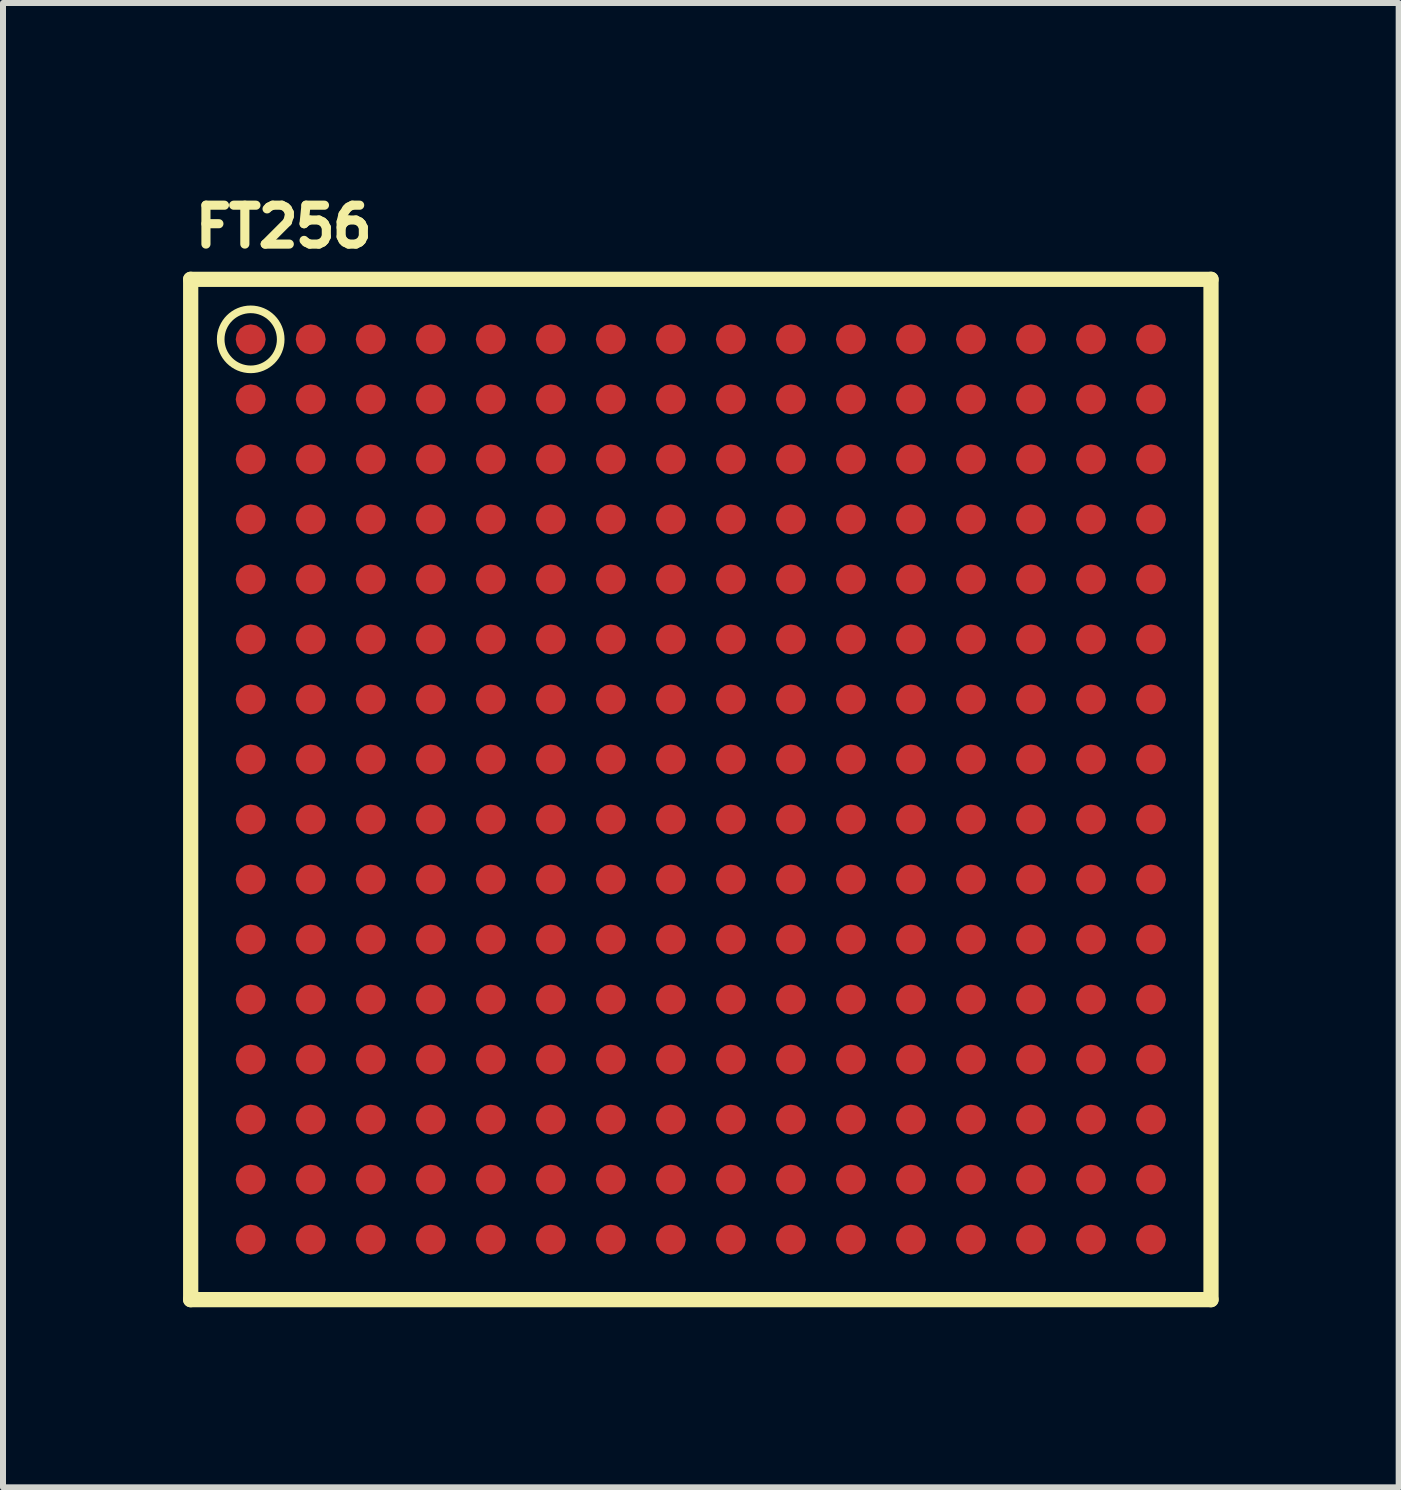
<source format=kicad_pcb>
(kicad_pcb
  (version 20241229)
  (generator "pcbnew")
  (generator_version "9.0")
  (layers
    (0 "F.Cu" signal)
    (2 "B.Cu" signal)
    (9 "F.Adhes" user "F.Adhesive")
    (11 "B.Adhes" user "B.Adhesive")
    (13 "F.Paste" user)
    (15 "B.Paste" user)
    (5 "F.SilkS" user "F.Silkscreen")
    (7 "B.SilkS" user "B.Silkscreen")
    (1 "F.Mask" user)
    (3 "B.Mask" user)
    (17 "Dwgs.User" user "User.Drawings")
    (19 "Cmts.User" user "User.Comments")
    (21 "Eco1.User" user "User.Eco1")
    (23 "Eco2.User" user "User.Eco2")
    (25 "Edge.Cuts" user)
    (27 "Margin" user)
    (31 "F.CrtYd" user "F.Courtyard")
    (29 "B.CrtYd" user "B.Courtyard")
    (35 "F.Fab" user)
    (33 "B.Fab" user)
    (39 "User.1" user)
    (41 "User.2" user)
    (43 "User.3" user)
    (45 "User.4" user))
  (footprint "FT256"
    (layer "F.Cu")
    (at 8.627 10.104)
    (property "Reference" "FT256" (at -8.5 -9 0) (unlocked yes) (layer "F.SilkS") (effects (font (size 0.648 0.648) (thickness 0.152)) (justify left bottom)))
    (fp_line (start -8.5 -8.5) (end -8.5 8.5) (stroke (width 0.254) (type solid)) (layer "F.SilkS"))
    (fp_line (start -8.5 8.5) (end 8.5 8.5) (stroke (width 0.254) (type solid)) (layer "F.SilkS"))
    (fp_line (start 8.5 -8.5) (end -8.5 -8.5) (stroke (width 0.254) (type solid)) (layer "F.SilkS"))
    (fp_line (start 8.5 8.5) (end 8.5 -8.5) (stroke (width 0.254) (type solid)) (layer "F.SilkS"))
    (fp_circle (center -7.5 -7.5) (end -7 -7.5) (stroke (width 0.127) (type solid)) (fill no) (layer "F.SilkS"))
    (pad "A1" smd roundrect (at -7.5 -7.5) (size 0.5 0.5) (layers "F.Cu" "F.Mask" "F.Paste") (roundrect_rratio 0.5))
    (pad "A2" smd roundrect (at -6.5 -7.5) (size 0.5 0.5) (layers "F.Cu" "F.Mask" "F.Paste") (roundrect_rratio 0.5))
    (pad "A3" smd roundrect (at -5.5 -7.5) (size 0.5 0.5) (layers "F.Cu" "F.Mask" "F.Paste") (roundrect_rratio 0.5))
    (pad "A4" smd roundrect (at -4.5 -7.5) (size 0.5 0.5) (layers "F.Cu" "F.Mask" "F.Paste") (roundrect_rratio 0.5))
    (pad "A5" smd roundrect (at -3.5 -7.5) (size 0.5 0.5) (layers "F.Cu" "F.Mask" "F.Paste") (roundrect_rratio 0.5))
    (pad "A6" smd roundrect (at -2.5 -7.5) (size 0.5 0.5) (layers "F.Cu" "F.Mask" "F.Paste") (roundrect_rratio 0.5))
    (pad "A7" smd roundrect (at -1.5 -7.5) (size 0.5 0.5) (layers "F.Cu" "F.Mask" "F.Paste") (roundrect_rratio 0.5))
    (pad "A8" smd roundrect (at -0.5 -7.5) (size 0.5 0.5) (layers "F.Cu" "F.Mask" "F.Paste") (roundrect_rratio 0.5))
    (pad "A9" smd roundrect (at 0.5 -7.5) (size 0.5 0.5) (layers "F.Cu" "F.Mask" "F.Paste") (roundrect_rratio 0.5))
    (pad "A10" smd roundrect (at 1.5 -7.5) (size 0.5 0.5) (layers "F.Cu" "F.Mask" "F.Paste") (roundrect_rratio 0.5))
    (pad "A11" smd roundrect (at 2.5 -7.5) (size 0.5 0.5) (layers "F.Cu" "F.Mask" "F.Paste") (roundrect_rratio 0.5))
    (pad "A12" smd roundrect (at 3.5 -7.5) (size 0.5 0.5) (layers "F.Cu" "F.Mask" "F.Paste") (roundrect_rratio 0.5))
    (pad "A13" smd roundrect (at 4.5 -7.5) (size 0.5 0.5) (layers "F.Cu" "F.Mask" "F.Paste") (roundrect_rratio 0.5))
    (pad "A14" smd roundrect (at 5.5 -7.5) (size 0.5 0.5) (layers "F.Cu" "F.Mask" "F.Paste") (roundrect_rratio 0.5))
    (pad "A15" smd roundrect (at 6.5 -7.5) (size 0.5 0.5) (layers "F.Cu" "F.Mask" "F.Paste") (roundrect_rratio 0.5))
    (pad "A16" smd roundrect (at 7.5 -7.5) (size 0.5 0.5) (layers "F.Cu" "F.Mask" "F.Paste") (roundrect_rratio 0.5))
    (pad "B1" smd roundrect (at -7.5 -6.5) (size 0.5 0.5) (layers "F.Cu" "F.Mask" "F.Paste") (roundrect_rratio 0.5))
    (pad "B2" smd roundrect (at -6.5 -6.5) (size 0.5 0.5) (layers "F.Cu" "F.Mask" "F.Paste") (roundrect_rratio 0.5))
    (pad "B3" smd roundrect (at -5.5 -6.5) (size 0.5 0.5) (layers "F.Cu" "F.Mask" "F.Paste") (roundrect_rratio 0.5))
    (pad "B4" smd roundrect (at -4.5 -6.5) (size 0.5 0.5) (layers "F.Cu" "F.Mask" "F.Paste") (roundrect_rratio 0.5))
    (pad "B5" smd roundrect (at -3.5 -6.5) (size 0.5 0.5) (layers "F.Cu" "F.Mask" "F.Paste") (roundrect_rratio 0.5))
    (pad "B6" smd roundrect (at -2.5 -6.5) (size 0.5 0.5) (layers "F.Cu" "F.Mask" "F.Paste") (roundrect_rratio 0.5))
    (pad "B7" smd roundrect (at -1.5 -6.5) (size 0.5 0.5) (layers "F.Cu" "F.Mask" "F.Paste") (roundrect_rratio 0.5))
    (pad "B8" smd roundrect (at -0.5 -6.5) (size 0.5 0.5) (layers "F.Cu" "F.Mask" "F.Paste") (roundrect_rratio 0.5))
    (pad "B9" smd roundrect (at 0.5 -6.5) (size 0.5 0.5) (layers "F.Cu" "F.Mask" "F.Paste") (roundrect_rratio 0.5))
    (pad "B10" smd roundrect (at 1.5 -6.5) (size 0.5 0.5) (layers "F.Cu" "F.Mask" "F.Paste") (roundrect_rratio 0.5))
    (pad "B11" smd roundrect (at 2.5 -6.5) (size 0.5 0.5) (layers "F.Cu" "F.Mask" "F.Paste") (roundrect_rratio 0.5))
    (pad "B12" smd roundrect (at 3.5 -6.5) (size 0.5 0.5) (layers "F.Cu" "F.Mask" "F.Paste") (roundrect_rratio 0.5))
    (pad "B13" smd roundrect (at 4.5 -6.5) (size 0.5 0.5) (layers "F.Cu" "F.Mask" "F.Paste") (roundrect_rratio 0.5))
    (pad "B14" smd roundrect (at 5.5 -6.5) (size 0.5 0.5) (layers "F.Cu" "F.Mask" "F.Paste") (roundrect_rratio 0.5))
    (pad "B15" smd roundrect (at 6.5 -6.5) (size 0.5 0.5) (layers "F.Cu" "F.Mask" "F.Paste") (roundrect_rratio 0.5))
    (pad "B16" smd roundrect (at 7.5 -6.5) (size 0.5 0.5) (layers "F.Cu" "F.Mask" "F.Paste") (roundrect_rratio 0.5))
    (pad "C1" smd roundrect (at -7.5 -5.5) (size 0.5 0.5) (layers "F.Cu" "F.Mask" "F.Paste") (roundrect_rratio 0.5))
    (pad "C2" smd roundrect (at -6.5 -5.5) (size 0.5 0.5) (layers "F.Cu" "F.Mask" "F.Paste") (roundrect_rratio 0.5))
    (pad "C3" smd roundrect (at -5.5 -5.5) (size 0.5 0.5) (layers "F.Cu" "F.Mask" "F.Paste") (roundrect_rratio 0.5))
    (pad "C4" smd roundrect (at -4.5 -5.5) (size 0.5 0.5) (layers "F.Cu" "F.Mask" "F.Paste") (roundrect_rratio 0.5))
    (pad "C5" smd roundrect (at -3.5 -5.5) (size 0.5 0.5) (layers "F.Cu" "F.Mask" "F.Paste") (roundrect_rratio 0.5))
    (pad "C6" smd roundrect (at -2.5 -5.5) (size 0.5 0.5) (layers "F.Cu" "F.Mask" "F.Paste") (roundrect_rratio 0.5))
    (pad "C7" smd roundrect (at -1.5 -5.5) (size 0.5 0.5) (layers "F.Cu" "F.Mask" "F.Paste") (roundrect_rratio 0.5))
    (pad "C8" smd roundrect (at -0.5 -5.5) (size 0.5 0.5) (layers "F.Cu" "F.Mask" "F.Paste") (roundrect_rratio 0.5))
    (pad "C9" smd roundrect (at 0.5 -5.5) (size 0.5 0.5) (layers "F.Cu" "F.Mask" "F.Paste") (roundrect_rratio 0.5))
    (pad "C10" smd roundrect (at 1.5 -5.5) (size 0.5 0.5) (layers "F.Cu" "F.Mask" "F.Paste") (roundrect_rratio 0.5))
    (pad "C11" smd roundrect (at 2.5 -5.5) (size 0.5 0.5) (layers "F.Cu" "F.Mask" "F.Paste") (roundrect_rratio 0.5))
    (pad "C12" smd roundrect (at 3.5 -5.5) (size 0.5 0.5) (layers "F.Cu" "F.Mask" "F.Paste") (roundrect_rratio 0.5))
    (pad "C13" smd roundrect (at 4.5 -5.5) (size 0.5 0.5) (layers "F.Cu" "F.Mask" "F.Paste") (roundrect_rratio 0.5))
    (pad "C14" smd roundrect (at 5.5 -5.5) (size 0.5 0.5) (layers "F.Cu" "F.Mask" "F.Paste") (roundrect_rratio 0.5))
    (pad "C15" smd roundrect (at 6.5 -5.5) (size 0.5 0.5) (layers "F.Cu" "F.Mask" "F.Paste") (roundrect_rratio 0.5))
    (pad "C16" smd roundrect (at 7.5 -5.5) (size 0.5 0.5) (layers "F.Cu" "F.Mask" "F.Paste") (roundrect_rratio 0.5))
    (pad "D1" smd roundrect (at -7.5 -4.5) (size 0.5 0.5) (layers "F.Cu" "F.Mask" "F.Paste") (roundrect_rratio 0.5))
    (pad "D2" smd roundrect (at -6.5 -4.5) (size 0.5 0.5) (layers "F.Cu" "F.Mask" "F.Paste") (roundrect_rratio 0.5))
    (pad "D3" smd roundrect (at -5.5 -4.5) (size 0.5 0.5) (layers "F.Cu" "F.Mask" "F.Paste") (roundrect_rratio 0.5))
    (pad "D4" smd roundrect (at -4.5 -4.5) (size 0.5 0.5) (layers "F.Cu" "F.Mask" "F.Paste") (roundrect_rratio 0.5))
    (pad "D5" smd roundrect (at -3.5 -4.5) (size 0.5 0.5) (layers "F.Cu" "F.Mask" "F.Paste") (roundrect_rratio 0.5))
    (pad "D6" smd roundrect (at -2.5 -4.5) (size 0.5 0.5) (layers "F.Cu" "F.Mask" "F.Paste") (roundrect_rratio 0.5))
    (pad "D7" smd roundrect (at -1.5 -4.5) (size 0.5 0.5) (layers "F.Cu" "F.Mask" "F.Paste") (roundrect_rratio 0.5))
    (pad "D8" smd roundrect (at -0.5 -4.5) (size 0.5 0.5) (layers "F.Cu" "F.Mask" "F.Paste") (roundrect_rratio 0.5))
    (pad "D9" smd roundrect (at 0.5 -4.5) (size 0.5 0.5) (layers "F.Cu" "F.Mask" "F.Paste") (roundrect_rratio 0.5))
    (pad "D10" smd roundrect (at 1.5 -4.5) (size 0.5 0.5) (layers "F.Cu" "F.Mask" "F.Paste") (roundrect_rratio 0.5))
    (pad "D11" smd roundrect (at 2.5 -4.5) (size 0.5 0.5) (layers "F.Cu" "F.Mask" "F.Paste") (roundrect_rratio 0.5))
    (pad "D12" smd roundrect (at 3.5 -4.5) (size 0.5 0.5) (layers "F.Cu" "F.Mask" "F.Paste") (roundrect_rratio 0.5))
    (pad "D13" smd roundrect (at 4.5 -4.5) (size 0.5 0.5) (layers "F.Cu" "F.Mask" "F.Paste") (roundrect_rratio 0.5))
    (pad "D14" smd roundrect (at 5.5 -4.5) (size 0.5 0.5) (layers "F.Cu" "F.Mask" "F.Paste") (roundrect_rratio 0.5))
    (pad "D15" smd roundrect (at 6.5 -4.5) (size 0.5 0.5) (layers "F.Cu" "F.Mask" "F.Paste") (roundrect_rratio 0.5))
    (pad "D16" smd roundrect (at 7.5 -4.5) (size 0.5 0.5) (layers "F.Cu" "F.Mask" "F.Paste") (roundrect_rratio 0.5))
    (pad "E1" smd roundrect (at -7.5 -3.5) (size 0.5 0.5) (layers "F.Cu" "F.Mask" "F.Paste") (roundrect_rratio 0.5))
    (pad "E2" smd roundrect (at -6.5 -3.5) (size 0.5 0.5) (layers "F.Cu" "F.Mask" "F.Paste") (roundrect_rratio 0.5))
    (pad "E3" smd roundrect (at -5.5 -3.5) (size 0.5 0.5) (layers "F.Cu" "F.Mask" "F.Paste") (roundrect_rratio 0.5))
    (pad "E4" smd roundrect (at -4.5 -3.5) (size 0.5 0.5) (layers "F.Cu" "F.Mask" "F.Paste") (roundrect_rratio 0.5))
    (pad "E5" smd roundrect (at -3.5 -3.5) (size 0.5 0.5) (layers "F.Cu" "F.Mask" "F.Paste") (roundrect_rratio 0.5))
    (pad "E6" smd roundrect (at -2.5 -3.5) (size 0.5 0.5) (layers "F.Cu" "F.Mask" "F.Paste") (roundrect_rratio 0.5))
    (pad "E7" smd roundrect (at -1.5 -3.5) (size 0.5 0.5) (layers "F.Cu" "F.Mask" "F.Paste") (roundrect_rratio 0.5))
    (pad "E8" smd roundrect (at -0.5 -3.5) (size 0.5 0.5) (layers "F.Cu" "F.Mask" "F.Paste") (roundrect_rratio 0.5))
    (pad "E9" smd roundrect (at 0.5 -3.5) (size 0.5 0.5) (layers "F.Cu" "F.Mask" "F.Paste") (roundrect_rratio 0.5))
    (pad "E10" smd roundrect (at 1.5 -3.5) (size 0.5 0.5) (layers "F.Cu" "F.Mask" "F.Paste") (roundrect_rratio 0.5))
    (pad "E11" smd roundrect (at 2.5 -3.5) (size 0.5 0.5) (layers "F.Cu" "F.Mask" "F.Paste") (roundrect_rratio 0.5))
    (pad "E12" smd roundrect (at 3.5 -3.5) (size 0.5 0.5) (layers "F.Cu" "F.Mask" "F.Paste") (roundrect_rratio 0.5))
    (pad "E13" smd roundrect (at 4.5 -3.5) (size 0.5 0.5) (layers "F.Cu" "F.Mask" "F.Paste") (roundrect_rratio 0.5))
    (pad "E14" smd roundrect (at 5.5 -3.5) (size 0.5 0.5) (layers "F.Cu" "F.Mask" "F.Paste") (roundrect_rratio 0.5))
    (pad "E15" smd roundrect (at 6.5 -3.5) (size 0.5 0.5) (layers "F.Cu" "F.Mask" "F.Paste") (roundrect_rratio 0.5))
    (pad "E16" smd roundrect (at 7.5 -3.5) (size 0.5 0.5) (layers "F.Cu" "F.Mask" "F.Paste") (roundrect_rratio 0.5))
    (pad "F1" smd roundrect (at -7.5 -2.5) (size 0.5 0.5) (layers "F.Cu" "F.Mask" "F.Paste") (roundrect_rratio 0.5))
    (pad "F2" smd roundrect (at -6.5 -2.5) (size 0.5 0.5) (layers "F.Cu" "F.Mask" "F.Paste") (roundrect_rratio 0.5))
    (pad "F3" smd roundrect (at -5.5 -2.5) (size 0.5 0.5) (layers "F.Cu" "F.Mask" "F.Paste") (roundrect_rratio 0.5))
    (pad "F4" smd roundrect (at -4.5 -2.5) (size 0.5 0.5) (layers "F.Cu" "F.Mask" "F.Paste") (roundrect_rratio 0.5))
    (pad "F5" smd roundrect (at -3.5 -2.5) (size 0.5 0.5) (layers "F.Cu" "F.Mask" "F.Paste") (roundrect_rratio 0.5))
    (pad "F6" smd roundrect (at -2.5 -2.5) (size 0.5 0.5) (layers "F.Cu" "F.Mask" "F.Paste") (roundrect_rratio 0.5))
    (pad "F7" smd roundrect (at -1.5 -2.5) (size 0.5 0.5) (layers "F.Cu" "F.Mask" "F.Paste") (roundrect_rratio 0.5))
    (pad "F8" smd roundrect (at -0.5 -2.5) (size 0.5 0.5) (layers "F.Cu" "F.Mask" "F.Paste") (roundrect_rratio 0.5))
    (pad "F9" smd roundrect (at 0.5 -2.5) (size 0.5 0.5) (layers "F.Cu" "F.Mask" "F.Paste") (roundrect_rratio 0.5))
    (pad "F10" smd roundrect (at 1.5 -2.5) (size 0.5 0.5) (layers "F.Cu" "F.Mask" "F.Paste") (roundrect_rratio 0.5))
    (pad "F11" smd roundrect (at 2.5 -2.5) (size 0.5 0.5) (layers "F.Cu" "F.Mask" "F.Paste") (roundrect_rratio 0.5))
    (pad "F12" smd roundrect (at 3.5 -2.5) (size 0.5 0.5) (layers "F.Cu" "F.Mask" "F.Paste") (roundrect_rratio 0.5))
    (pad "F13" smd roundrect (at 4.5 -2.5) (size 0.5 0.5) (layers "F.Cu" "F.Mask" "F.Paste") (roundrect_rratio 0.5))
    (pad "F14" smd roundrect (at 5.5 -2.5) (size 0.5 0.5) (layers "F.Cu" "F.Mask" "F.Paste") (roundrect_rratio 0.5))
    (pad "F15" smd roundrect (at 6.5 -2.5) (size 0.5 0.5) (layers "F.Cu" "F.Mask" "F.Paste") (roundrect_rratio 0.5))
    (pad "F16" smd roundrect (at 7.5 -2.5) (size 0.5 0.5) (layers "F.Cu" "F.Mask" "F.Paste") (roundrect_rratio 0.5))
    (pad "G1" smd roundrect (at -7.5 -1.5) (size 0.5 0.5) (layers "F.Cu" "F.Mask" "F.Paste") (roundrect_rratio 0.5))
    (pad "G2" smd roundrect (at -6.5 -1.5) (size 0.5 0.5) (layers "F.Cu" "F.Mask" "F.Paste") (roundrect_rratio 0.5))
    (pad "G3" smd roundrect (at -5.5 -1.5) (size 0.5 0.5) (layers "F.Cu" "F.Mask" "F.Paste") (roundrect_rratio 0.5))
    (pad "G4" smd roundrect (at -4.5 -1.5) (size 0.5 0.5) (layers "F.Cu" "F.Mask" "F.Paste") (roundrect_rratio 0.5))
    (pad "G5" smd roundrect (at -3.5 -1.5) (size 0.5 0.5) (layers "F.Cu" "F.Mask" "F.Paste") (roundrect_rratio 0.5))
    (pad "G6" smd roundrect (at -2.5 -1.5) (size 0.5 0.5) (layers "F.Cu" "F.Mask" "F.Paste") (roundrect_rratio 0.5))
    (pad "G7" smd roundrect (at -1.5 -1.5) (size 0.5 0.5) (layers "F.Cu" "F.Mask" "F.Paste") (roundrect_rratio 0.5))
    (pad "G8" smd roundrect (at -0.5 -1.5) (size 0.5 0.5) (layers "F.Cu" "F.Mask" "F.Paste") (roundrect_rratio 0.5))
    (pad "G9" smd roundrect (at 0.5 -1.5) (size 0.5 0.5) (layers "F.Cu" "F.Mask" "F.Paste") (roundrect_rratio 0.5))
    (pad "G10" smd roundrect (at 1.5 -1.5) (size 0.5 0.5) (layers "F.Cu" "F.Mask" "F.Paste") (roundrect_rratio 0.5))
    (pad "G11" smd roundrect (at 2.5 -1.5) (size 0.5 0.5) (layers "F.Cu" "F.Mask" "F.Paste") (roundrect_rratio 0.5))
    (pad "G12" smd roundrect (at 3.5 -1.5) (size 0.5 0.5) (layers "F.Cu" "F.Mask" "F.Paste") (roundrect_rratio 0.5))
    (pad "G13" smd roundrect (at 4.5 -1.5) (size 0.5 0.5) (layers "F.Cu" "F.Mask" "F.Paste") (roundrect_rratio 0.5))
    (pad "G14" smd roundrect (at 5.5 -1.5) (size 0.5 0.5) (layers "F.Cu" "F.Mask" "F.Paste") (roundrect_rratio 0.5))
    (pad "G15" smd roundrect (at 6.5 -1.5) (size 0.5 0.5) (layers "F.Cu" "F.Mask" "F.Paste") (roundrect_rratio 0.5))
    (pad "G16" smd roundrect (at 7.5 -1.5) (size 0.5 0.5) (layers "F.Cu" "F.Mask" "F.Paste") (roundrect_rratio 0.5))
    (pad "H1" smd roundrect (at -7.5 -0.5) (size 0.5 0.5) (layers "F.Cu" "F.Mask" "F.Paste") (roundrect_rratio 0.5))
    (pad "H2" smd roundrect (at -6.5 -0.5) (size 0.5 0.5) (layers "F.Cu" "F.Mask" "F.Paste") (roundrect_rratio 0.5))
    (pad "H3" smd roundrect (at -5.5 -0.5) (size 0.5 0.5) (layers "F.Cu" "F.Mask" "F.Paste") (roundrect_rratio 0.5))
    (pad "H4" smd roundrect (at -4.5 -0.5) (size 0.5 0.5) (layers "F.Cu" "F.Mask" "F.Paste") (roundrect_rratio 0.5))
    (pad "H5" smd roundrect (at -3.5 -0.5) (size 0.5 0.5) (layers "F.Cu" "F.Mask" "F.Paste") (roundrect_rratio 0.5))
    (pad "H6" smd roundrect (at -2.5 -0.5) (size 0.5 0.5) (layers "F.Cu" "F.Mask" "F.Paste") (roundrect_rratio 0.5))
    (pad "H7" smd roundrect (at -1.5 -0.5) (size 0.5 0.5) (layers "F.Cu" "F.Mask" "F.Paste") (roundrect_rratio 0.5))
    (pad "H8" smd roundrect (at -0.5 -0.5) (size 0.5 0.5) (layers "F.Cu" "F.Mask" "F.Paste") (roundrect_rratio 0.5))
    (pad "H9" smd roundrect (at 0.5 -0.5) (size 0.5 0.5) (layers "F.Cu" "F.Mask" "F.Paste") (roundrect_rratio 0.5))
    (pad "H10" smd roundrect (at 1.5 -0.5) (size 0.5 0.5) (layers "F.Cu" "F.Mask" "F.Paste") (roundrect_rratio 0.5))
    (pad "H11" smd roundrect (at 2.5 -0.5) (size 0.5 0.5) (layers "F.Cu" "F.Mask" "F.Paste") (roundrect_rratio 0.5))
    (pad "H12" smd roundrect (at 3.5 -0.5) (size 0.5 0.5) (layers "F.Cu" "F.Mask" "F.Paste") (roundrect_rratio 0.5))
    (pad "H13" smd roundrect (at 4.5 -0.5) (size 0.5 0.5) (layers "F.Cu" "F.Mask" "F.Paste") (roundrect_rratio 0.5))
    (pad "H14" smd roundrect (at 5.5 -0.5) (size 0.5 0.5) (layers "F.Cu" "F.Mask" "F.Paste") (roundrect_rratio 0.5))
    (pad "H15" smd roundrect (at 6.5 -0.5) (size 0.5 0.5) (layers "F.Cu" "F.Mask" "F.Paste") (roundrect_rratio 0.5))
    (pad "H16" smd roundrect (at 7.5 -0.5) (size 0.5 0.5) (layers "F.Cu" "F.Mask" "F.Paste") (roundrect_rratio 0.5))
    (pad "J1" smd roundrect (at -7.5 0.5) (size 0.5 0.5) (layers "F.Cu" "F.Mask" "F.Paste") (roundrect_rratio 0.5))
    (pad "J2" smd roundrect (at -6.5 0.5) (size 0.5 0.5) (layers "F.Cu" "F.Mask" "F.Paste") (roundrect_rratio 0.5))
    (pad "J3" smd roundrect (at -5.5 0.5) (size 0.5 0.5) (layers "F.Cu" "F.Mask" "F.Paste") (roundrect_rratio 0.5))
    (pad "J4" smd roundrect (at -4.5 0.5) (size 0.5 0.5) (layers "F.Cu" "F.Mask" "F.Paste") (roundrect_rratio 0.5))
    (pad "J5" smd roundrect (at -3.5 0.5) (size 0.5 0.5) (layers "F.Cu" "F.Mask" "F.Paste") (roundrect_rratio 0.5))
    (pad "J6" smd roundrect (at -2.5 0.5) (size 0.5 0.5) (layers "F.Cu" "F.Mask" "F.Paste") (roundrect_rratio 0.5))
    (pad "J7" smd roundrect (at -1.5 0.5) (size 0.5 0.5) (layers "F.Cu" "F.Mask" "F.Paste") (roundrect_rratio 0.5))
    (pad "J8" smd roundrect (at -0.5 0.5) (size 0.5 0.5) (layers "F.Cu" "F.Mask" "F.Paste") (roundrect_rratio 0.5))
    (pad "J9" smd roundrect (at 0.5 0.5) (size 0.5 0.5) (layers "F.Cu" "F.Mask" "F.Paste") (roundrect_rratio 0.5))
    (pad "J10" smd roundrect (at 1.5 0.5) (size 0.5 0.5) (layers "F.Cu" "F.Mask" "F.Paste") (roundrect_rratio 0.5))
    (pad "J11" smd roundrect (at 2.5 0.5) (size 0.5 0.5) (layers "F.Cu" "F.Mask" "F.Paste") (roundrect_rratio 0.5))
    (pad "J12" smd roundrect (at 3.5 0.5) (size 0.5 0.5) (layers "F.Cu" "F.Mask" "F.Paste") (roundrect_rratio 0.5))
    (pad "J13" smd roundrect (at 4.5 0.5) (size 0.5 0.5) (layers "F.Cu" "F.Mask" "F.Paste") (roundrect_rratio 0.5))
    (pad "J14" smd roundrect (at 5.5 0.5) (size 0.5 0.5) (layers "F.Cu" "F.Mask" "F.Paste") (roundrect_rratio 0.5))
    (pad "J15" smd roundrect (at 6.5 0.5) (size 0.5 0.5) (layers "F.Cu" "F.Mask" "F.Paste") (roundrect_rratio 0.5))
    (pad "J16" smd roundrect (at 7.5 0.5) (size 0.5 0.5) (layers "F.Cu" "F.Mask" "F.Paste") (roundrect_rratio 0.5))
    (pad "K1" smd roundrect (at -7.5 1.5) (size 0.5 0.5) (layers "F.Cu" "F.Mask" "F.Paste") (roundrect_rratio 0.5))
    (pad "K2" smd roundrect (at -6.5 1.5) (size 0.5 0.5) (layers "F.Cu" "F.Mask" "F.Paste") (roundrect_rratio 0.5))
    (pad "K3" smd roundrect (at -5.5 1.5) (size 0.5 0.5) (layers "F.Cu" "F.Mask" "F.Paste") (roundrect_rratio 0.5))
    (pad "K4" smd roundrect (at -4.5 1.5) (size 0.5 0.5) (layers "F.Cu" "F.Mask" "F.Paste") (roundrect_rratio 0.5))
    (pad "K5" smd roundrect (at -3.5 1.5) (size 0.5 0.5) (layers "F.Cu" "F.Mask" "F.Paste") (roundrect_rratio 0.5))
    (pad "K6" smd roundrect (at -2.5 1.5) (size 0.5 0.5) (layers "F.Cu" "F.Mask" "F.Paste") (roundrect_rratio 0.5))
    (pad "K7" smd roundrect (at -1.5 1.5) (size 0.5 0.5) (layers "F.Cu" "F.Mask" "F.Paste") (roundrect_rratio 0.5))
    (pad "K8" smd roundrect (at -0.5 1.5) (size 0.5 0.5) (layers "F.Cu" "F.Mask" "F.Paste") (roundrect_rratio 0.5))
    (pad "K9" smd roundrect (at 0.5 1.5) (size 0.5 0.5) (layers "F.Cu" "F.Mask" "F.Paste") (roundrect_rratio 0.5))
    (pad "K10" smd roundrect (at 1.5 1.5) (size 0.5 0.5) (layers "F.Cu" "F.Mask" "F.Paste") (roundrect_rratio 0.5))
    (pad "K11" smd roundrect (at 2.5 1.5) (size 0.5 0.5) (layers "F.Cu" "F.Mask" "F.Paste") (roundrect_rratio 0.5))
    (pad "K12" smd roundrect (at 3.5 1.5) (size 0.5 0.5) (layers "F.Cu" "F.Mask" "F.Paste") (roundrect_rratio 0.5))
    (pad "K13" smd roundrect (at 4.5 1.5) (size 0.5 0.5) (layers "F.Cu" "F.Mask" "F.Paste") (roundrect_rratio 0.5))
    (pad "K14" smd roundrect (at 5.5 1.5) (size 0.5 0.5) (layers "F.Cu" "F.Mask" "F.Paste") (roundrect_rratio 0.5))
    (pad "K15" smd roundrect (at 6.5 1.5) (size 0.5 0.5) (layers "F.Cu" "F.Mask" "F.Paste") (roundrect_rratio 0.5))
    (pad "K16" smd roundrect (at 7.5 1.5) (size 0.5 0.5) (layers "F.Cu" "F.Mask" "F.Paste") (roundrect_rratio 0.5))
    (pad "L1" smd roundrect (at -7.5 2.5) (size 0.5 0.5) (layers "F.Cu" "F.Mask" "F.Paste") (roundrect_rratio 0.5))
    (pad "L2" smd roundrect (at -6.5 2.5) (size 0.5 0.5) (layers "F.Cu" "F.Mask" "F.Paste") (roundrect_rratio 0.5))
    (pad "L3" smd roundrect (at -5.5 2.5) (size 0.5 0.5) (layers "F.Cu" "F.Mask" "F.Paste") (roundrect_rratio 0.5))
    (pad "L4" smd roundrect (at -4.5 2.5) (size 0.5 0.5) (layers "F.Cu" "F.Mask" "F.Paste") (roundrect_rratio 0.5))
    (pad "L5" smd roundrect (at -3.5 2.5) (size 0.5 0.5) (layers "F.Cu" "F.Mask" "F.Paste") (roundrect_rratio 0.5))
    (pad "L6" smd roundrect (at -2.5 2.5) (size 0.5 0.5) (layers "F.Cu" "F.Mask" "F.Paste") (roundrect_rratio 0.5))
    (pad "L7" smd roundrect (at -1.5 2.5) (size 0.5 0.5) (layers "F.Cu" "F.Mask" "F.Paste") (roundrect_rratio 0.5))
    (pad "L8" smd roundrect (at -0.5 2.5) (size 0.5 0.5) (layers "F.Cu" "F.Mask" "F.Paste") (roundrect_rratio 0.5))
    (pad "L9" smd roundrect (at 0.5 2.5) (size 0.5 0.5) (layers "F.Cu" "F.Mask" "F.Paste") (roundrect_rratio 0.5))
    (pad "L10" smd roundrect (at 1.5 2.5) (size 0.5 0.5) (layers "F.Cu" "F.Mask" "F.Paste") (roundrect_rratio 0.5))
    (pad "L11" smd roundrect (at 2.5 2.5) (size 0.5 0.5) (layers "F.Cu" "F.Mask" "F.Paste") (roundrect_rratio 0.5))
    (pad "L12" smd roundrect (at 3.5 2.5) (size 0.5 0.5) (layers "F.Cu" "F.Mask" "F.Paste") (roundrect_rratio 0.5))
    (pad "L13" smd roundrect (at 4.5 2.5) (size 0.5 0.5) (layers "F.Cu" "F.Mask" "F.Paste") (roundrect_rratio 0.5))
    (pad "L14" smd roundrect (at 5.5 2.5) (size 0.5 0.5) (layers "F.Cu" "F.Mask" "F.Paste") (roundrect_rratio 0.5))
    (pad "L15" smd roundrect (at 6.5 2.5) (size 0.5 0.5) (layers "F.Cu" "F.Mask" "F.Paste") (roundrect_rratio 0.5))
    (pad "L16" smd roundrect (at 7.5 2.5) (size 0.5 0.5) (layers "F.Cu" "F.Mask" "F.Paste") (roundrect_rratio 0.5))
    (pad "M1" smd roundrect (at -7.5 3.5) (size 0.5 0.5) (layers "F.Cu" "F.Mask" "F.Paste") (roundrect_rratio 0.5))
    (pad "M2" smd roundrect (at -6.5 3.5) (size 0.5 0.5) (layers "F.Cu" "F.Mask" "F.Paste") (roundrect_rratio 0.5))
    (pad "M3" smd roundrect (at -5.5 3.5) (size 0.5 0.5) (layers "F.Cu" "F.Mask" "F.Paste") (roundrect_rratio 0.5))
    (pad "M4" smd roundrect (at -4.5 3.5) (size 0.5 0.5) (layers "F.Cu" "F.Mask" "F.Paste") (roundrect_rratio 0.5))
    (pad "M5" smd roundrect (at -3.5 3.5) (size 0.5 0.5) (layers "F.Cu" "F.Mask" "F.Paste") (roundrect_rratio 0.5))
    (pad "M6" smd roundrect (at -2.5 3.5) (size 0.5 0.5) (layers "F.Cu" "F.Mask" "F.Paste") (roundrect_rratio 0.5))
    (pad "M7" smd roundrect (at -1.5 3.5) (size 0.5 0.5) (layers "F.Cu" "F.Mask" "F.Paste") (roundrect_rratio 0.5))
    (pad "M8" smd roundrect (at -0.5 3.5) (size 0.5 0.5) (layers "F.Cu" "F.Mask" "F.Paste") (roundrect_rratio 0.5))
    (pad "M9" smd roundrect (at 0.5 3.5) (size 0.5 0.5) (layers "F.Cu" "F.Mask" "F.Paste") (roundrect_rratio 0.5))
    (pad "M10" smd roundrect (at 1.5 3.5) (size 0.5 0.5) (layers "F.Cu" "F.Mask" "F.Paste") (roundrect_rratio 0.5))
    (pad "M11" smd roundrect (at 2.5 3.5) (size 0.5 0.5) (layers "F.Cu" "F.Mask" "F.Paste") (roundrect_rratio 0.5))
    (pad "M12" smd roundrect (at 3.5 3.5) (size 0.5 0.5) (layers "F.Cu" "F.Mask" "F.Paste") (roundrect_rratio 0.5))
    (pad "M13" smd roundrect (at 4.5 3.5) (size 0.5 0.5) (layers "F.Cu" "F.Mask" "F.Paste") (roundrect_rratio 0.5))
    (pad "M14" smd roundrect (at 5.5 3.5) (size 0.5 0.5) (layers "F.Cu" "F.Mask" "F.Paste") (roundrect_rratio 0.5))
    (pad "M15" smd roundrect (at 6.5 3.5) (size 0.5 0.5) (layers "F.Cu" "F.Mask" "F.Paste") (roundrect_rratio 0.5))
    (pad "M16" smd roundrect (at 7.5 3.5) (size 0.5 0.5) (layers "F.Cu" "F.Mask" "F.Paste") (roundrect_rratio 0.5))
    (pad "N1" smd roundrect (at -7.5 4.5) (size 0.5 0.5) (layers "F.Cu" "F.Mask" "F.Paste") (roundrect_rratio 0.5))
    (pad "N2" smd roundrect (at -6.5 4.5) (size 0.5 0.5) (layers "F.Cu" "F.Mask" "F.Paste") (roundrect_rratio 0.5))
    (pad "N3" smd roundrect (at -5.5 4.5) (size 0.5 0.5) (layers "F.Cu" "F.Mask" "F.Paste") (roundrect_rratio 0.5))
    (pad "N4" smd roundrect (at -4.5 4.5) (size 0.5 0.5) (layers "F.Cu" "F.Mask" "F.Paste") (roundrect_rratio 0.5))
    (pad "N5" smd roundrect (at -3.5 4.5) (size 0.5 0.5) (layers "F.Cu" "F.Mask" "F.Paste") (roundrect_rratio 0.5))
    (pad "N6" smd roundrect (at -2.5 4.5) (size 0.5 0.5) (layers "F.Cu" "F.Mask" "F.Paste") (roundrect_rratio 0.5))
    (pad "N7" smd roundrect (at -1.5 4.5) (size 0.5 0.5) (layers "F.Cu" "F.Mask" "F.Paste") (roundrect_rratio 0.5))
    (pad "N8" smd roundrect (at -0.5 4.5) (size 0.5 0.5) (layers "F.Cu" "F.Mask" "F.Paste") (roundrect_rratio 0.5))
    (pad "N9" smd roundrect (at 0.5 4.5) (size 0.5 0.5) (layers "F.Cu" "F.Mask" "F.Paste") (roundrect_rratio 0.5))
    (pad "N10" smd roundrect (at 1.5 4.5) (size 0.5 0.5) (layers "F.Cu" "F.Mask" "F.Paste") (roundrect_rratio 0.5))
    (pad "N11" smd roundrect (at 2.5 4.5) (size 0.5 0.5) (layers "F.Cu" "F.Mask" "F.Paste") (roundrect_rratio 0.5))
    (pad "N12" smd roundrect (at 3.5 4.5) (size 0.5 0.5) (layers "F.Cu" "F.Mask" "F.Paste") (roundrect_rratio 0.5))
    (pad "N13" smd roundrect (at 4.5 4.5) (size 0.5 0.5) (layers "F.Cu" "F.Mask" "F.Paste") (roundrect_rratio 0.5))
    (pad "N14" smd roundrect (at 5.5 4.5) (size 0.5 0.5) (layers "F.Cu" "F.Mask" "F.Paste") (roundrect_rratio 0.5))
    (pad "N15" smd roundrect (at 6.5 4.5) (size 0.5 0.5) (layers "F.Cu" "F.Mask" "F.Paste") (roundrect_rratio 0.5))
    (pad "N16" smd roundrect (at 7.5 4.5) (size 0.5 0.5) (layers "F.Cu" "F.Mask" "F.Paste") (roundrect_rratio 0.5))
    (pad "P1" smd roundrect (at -7.5 5.5) (size 0.5 0.5) (layers "F.Cu" "F.Mask" "F.Paste") (roundrect_rratio 0.5))
    (pad "P2" smd roundrect (at -6.5 5.5) (size 0.5 0.5) (layers "F.Cu" "F.Mask" "F.Paste") (roundrect_rratio 0.5))
    (pad "P3" smd roundrect (at -5.5 5.5) (size 0.5 0.5) (layers "F.Cu" "F.Mask" "F.Paste") (roundrect_rratio 0.5))
    (pad "P4" smd roundrect (at -4.5 5.5) (size 0.5 0.5) (layers "F.Cu" "F.Mask" "F.Paste") (roundrect_rratio 0.5))
    (pad "P5" smd roundrect (at -3.5 5.5) (size 0.5 0.5) (layers "F.Cu" "F.Mask" "F.Paste") (roundrect_rratio 0.5))
    (pad "P6" smd roundrect (at -2.5 5.5) (size 0.5 0.5) (layers "F.Cu" "F.Mask" "F.Paste") (roundrect_rratio 0.5))
    (pad "P7" smd roundrect (at -1.5 5.5) (size 0.5 0.5) (layers "F.Cu" "F.Mask" "F.Paste") (roundrect_rratio 0.5))
    (pad "P8" smd roundrect (at -0.5 5.5) (size 0.5 0.5) (layers "F.Cu" "F.Mask" "F.Paste") (roundrect_rratio 0.5))
    (pad "P9" smd roundrect (at 0.5 5.5) (size 0.5 0.5) (layers "F.Cu" "F.Mask" "F.Paste") (roundrect_rratio 0.5))
    (pad "P10" smd roundrect (at 1.5 5.5) (size 0.5 0.5) (layers "F.Cu" "F.Mask" "F.Paste") (roundrect_rratio 0.5))
    (pad "P11" smd roundrect (at 2.5 5.5) (size 0.5 0.5) (layers "F.Cu" "F.Mask" "F.Paste") (roundrect_rratio 0.5))
    (pad "P12" smd roundrect (at 3.5 5.5) (size 0.5 0.5) (layers "F.Cu" "F.Mask" "F.Paste") (roundrect_rratio 0.5))
    (pad "P13" smd roundrect (at 4.5 5.5) (size 0.5 0.5) (layers "F.Cu" "F.Mask" "F.Paste") (roundrect_rratio 0.5))
    (pad "P14" smd roundrect (at 5.5 5.5) (size 0.5 0.5) (layers "F.Cu" "F.Mask" "F.Paste") (roundrect_rratio 0.5))
    (pad "P15" smd roundrect (at 6.5 5.5) (size 0.5 0.5) (layers "F.Cu" "F.Mask" "F.Paste") (roundrect_rratio 0.5))
    (pad "P16" smd roundrect (at 7.5 5.5) (size 0.5 0.5) (layers "F.Cu" "F.Mask" "F.Paste") (roundrect_rratio 0.5))
    (pad "R1" smd roundrect (at -7.5 6.5) (size 0.5 0.5) (layers "F.Cu" "F.Mask" "F.Paste") (roundrect_rratio 0.5))
    (pad "R2" smd roundrect (at -6.5 6.5) (size 0.5 0.5) (layers "F.Cu" "F.Mask" "F.Paste") (roundrect_rratio 0.5))
    (pad "R3" smd roundrect (at -5.5 6.5) (size 0.5 0.5) (layers "F.Cu" "F.Mask" "F.Paste") (roundrect_rratio 0.5))
    (pad "R4" smd roundrect (at -4.5 6.5) (size 0.5 0.5) (layers "F.Cu" "F.Mask" "F.Paste") (roundrect_rratio 0.5))
    (pad "R5" smd roundrect (at -3.5 6.5) (size 0.5 0.5) (layers "F.Cu" "F.Mask" "F.Paste") (roundrect_rratio 0.5))
    (pad "R6" smd roundrect (at -2.5 6.5) (size 0.5 0.5) (layers "F.Cu" "F.Mask" "F.Paste") (roundrect_rratio 0.5))
    (pad "R7" smd roundrect (at -1.5 6.5) (size 0.5 0.5) (layers "F.Cu" "F.Mask" "F.Paste") (roundrect_rratio 0.5))
    (pad "R8" smd roundrect (at -0.5 6.5) (size 0.5 0.5) (layers "F.Cu" "F.Mask" "F.Paste") (roundrect_rratio 0.5))
    (pad "R9" smd roundrect (at 0.5 6.5) (size 0.5 0.5) (layers "F.Cu" "F.Mask" "F.Paste") (roundrect_rratio 0.5))
    (pad "R10" smd roundrect (at 1.5 6.5) (size 0.5 0.5) (layers "F.Cu" "F.Mask" "F.Paste") (roundrect_rratio 0.5))
    (pad "R11" smd roundrect (at 2.5 6.5) (size 0.5 0.5) (layers "F.Cu" "F.Mask" "F.Paste") (roundrect_rratio 0.5))
    (pad "R12" smd roundrect (at 3.5 6.5) (size 0.5 0.5) (layers "F.Cu" "F.Mask" "F.Paste") (roundrect_rratio 0.5))
    (pad "R13" smd roundrect (at 4.5 6.5) (size 0.5 0.5) (layers "F.Cu" "F.Mask" "F.Paste") (roundrect_rratio 0.5))
    (pad "R14" smd roundrect (at 5.5 6.5) (size 0.5 0.5) (layers "F.Cu" "F.Mask" "F.Paste") (roundrect_rratio 0.5))
    (pad "R15" smd roundrect (at 6.5 6.5) (size 0.5 0.5) (layers "F.Cu" "F.Mask" "F.Paste") (roundrect_rratio 0.5))
    (pad "R16" smd roundrect (at 7.5 6.5) (size 0.5 0.5) (layers "F.Cu" "F.Mask" "F.Paste") (roundrect_rratio 0.5))
    (pad "T1" smd roundrect (at -7.5 7.5) (size 0.5 0.5) (layers "F.Cu" "F.Mask" "F.Paste") (roundrect_rratio 0.5))
    (pad "T2" smd roundrect (at -6.5 7.5) (size 0.5 0.5) (layers "F.Cu" "F.Mask" "F.Paste") (roundrect_rratio 0.5))
    (pad "T3" smd roundrect (at -5.5 7.5) (size 0.5 0.5) (layers "F.Cu" "F.Mask" "F.Paste") (roundrect_rratio 0.5))
    (pad "T4" smd roundrect (at -4.5 7.5) (size 0.5 0.5) (layers "F.Cu" "F.Mask" "F.Paste") (roundrect_rratio 0.5))
    (pad "T5" smd roundrect (at -3.5 7.5) (size 0.5 0.5) (layers "F.Cu" "F.Mask" "F.Paste") (roundrect_rratio 0.5))
    (pad "T6" smd roundrect (at -2.5 7.5) (size 0.5 0.5) (layers "F.Cu" "F.Mask" "F.Paste") (roundrect_rratio 0.5))
    (pad "T7" smd roundrect (at -1.5 7.5) (size 0.5 0.5) (layers "F.Cu" "F.Mask" "F.Paste") (roundrect_rratio 0.5))
    (pad "T8" smd roundrect (at -0.5 7.5) (size 0.5 0.5) (layers "F.Cu" "F.Mask" "F.Paste") (roundrect_rratio 0.5))
    (pad "T9" smd roundrect (at 0.5 7.5) (size 0.5 0.5) (layers "F.Cu" "F.Mask" "F.Paste") (roundrect_rratio 0.5))
    (pad "T10" smd roundrect (at 1.5 7.5) (size 0.5 0.5) (layers "F.Cu" "F.Mask" "F.Paste") (roundrect_rratio 0.5))
    (pad "T11" smd roundrect (at 2.5 7.5) (size 0.5 0.5) (layers "F.Cu" "F.Mask" "F.Paste") (roundrect_rratio 0.5))
    (pad "T12" smd roundrect (at 3.5 7.5) (size 0.5 0.5) (layers "F.Cu" "F.Mask" "F.Paste") (roundrect_rratio 0.5))
    (pad "T13" smd roundrect (at 4.5 7.5) (size 0.5 0.5) (layers "F.Cu" "F.Mask" "F.Paste") (roundrect_rratio 0.5))
    (pad "T14" smd roundrect (at 5.5 7.5) (size 0.5 0.5) (layers "F.Cu" "F.Mask" "F.Paste") (roundrect_rratio 0.5))
    (pad "T15" smd roundrect (at 6.5 7.5) (size 0.5 0.5) (layers "F.Cu" "F.Mask" "F.Paste") (roundrect_rratio 0.5))
    (pad "T16" smd roundrect (at 7.5 7.5) (size 0.5 0.5) (layers "F.Cu" "F.Mask" "F.Paste") (roundrect_rratio 0.5)))
  (gr_rect
    (start -3 -3)
    (end 20.254 21.731)
    (stroke (width 0.1) (type default))
    (fill no)
    (layer "Edge.Cuts")))
</source>
